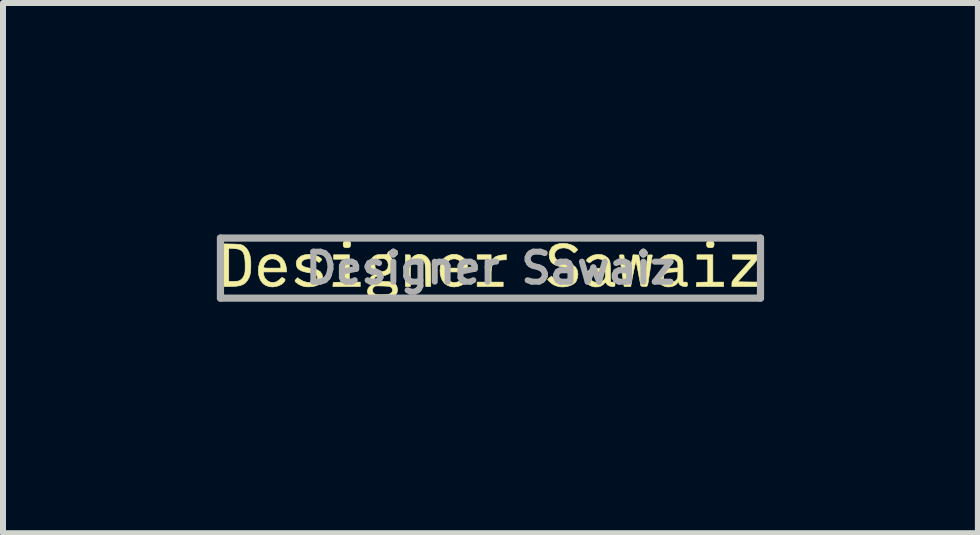
<source format=kicad_pcb>
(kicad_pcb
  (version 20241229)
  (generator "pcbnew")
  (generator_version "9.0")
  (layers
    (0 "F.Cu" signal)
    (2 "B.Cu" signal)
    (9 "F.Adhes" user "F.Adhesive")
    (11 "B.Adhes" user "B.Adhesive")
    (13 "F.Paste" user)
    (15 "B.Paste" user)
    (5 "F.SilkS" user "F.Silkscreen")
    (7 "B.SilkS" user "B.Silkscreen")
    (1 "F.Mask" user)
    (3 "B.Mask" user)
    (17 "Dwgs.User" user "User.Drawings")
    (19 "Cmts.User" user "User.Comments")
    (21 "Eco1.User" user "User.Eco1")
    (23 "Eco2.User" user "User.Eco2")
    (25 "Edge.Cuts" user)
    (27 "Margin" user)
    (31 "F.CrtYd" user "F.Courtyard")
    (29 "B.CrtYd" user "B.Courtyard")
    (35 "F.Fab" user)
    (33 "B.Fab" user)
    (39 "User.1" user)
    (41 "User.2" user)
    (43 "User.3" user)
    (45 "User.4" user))
  (footprint "designer"
    (layer "F.Cu")
    (at 5.124 1.418)
    (property "Reference" "designer" (at 0 0 0) (layer "Eco2.User") (effects (font (size 1.524 1.524) (thickness 0.3))))
    (attr through_hole)
    (fp_poly (pts (xy -2.35 0.233) (xy -2.17 0.233) (xy -2.17 0.307) (xy -2.627 0.307) (xy -2.624 0.273) (xy -2.62 0.238) (xy -2.435 0.232) (xy -2.435 -0.148) (xy -2.615 -0.148) (xy -2.615 -0.222) (xy -2.35 -0.222) (xy -2.35 0.233)) (stroke (width 0.01) (type solid)) (fill yes) (layer "F.SilkS"))
    (fp_poly (pts (xy 3.706 0.233) (xy 3.886 0.233) (xy 3.886 0.307) (xy 3.429 0.307) (xy 3.432 0.273) (xy 3.436 0.238) (xy 3.621 0.232) (xy 3.621 -0.148) (xy 3.441 -0.148) (xy 3.441 -0.222) (xy 3.706 -0.222) (xy 3.706 0.233)) (stroke (width 0.01) (type solid)) (fill yes) (layer "F.SilkS"))
    (fp_poly (pts (xy -2.356 -0.45) (xy -2.336 -0.433) (xy -2.329 -0.401) (xy -2.329 -0.397) (xy -2.333 -0.37) (xy -2.342 -0.352) (xy -2.363 -0.342) (xy -2.394 -0.339) (xy -2.424 -0.343) (xy -2.444 -0.352) (xy -2.453 -0.371) (xy -2.456 -0.397) (xy -2.451 -0.43) (xy -2.432 -0.449) (xy -2.397 -0.455) (xy -2.393 -0.455) (xy -2.356 -0.45)) (stroke (width 0.01) (type solid)) (fill yes) (layer "F.SilkS"))
    (fp_poly (pts (xy 3.7 -0.45) (xy 3.72 -0.433) (xy 3.727 -0.401) (xy 3.727 -0.397) (xy 3.723 -0.37) (xy 3.714 -0.352) (xy 3.693 -0.342) (xy 3.662 -0.339) (xy 3.632 -0.343) (xy 3.613 -0.352) (xy 3.603 -0.371) (xy 3.6 -0.397) (xy 3.606 -0.43) (xy 3.625 -0.449) (xy 3.659 -0.455) (xy 3.663 -0.455) (xy 3.7 -0.45)) (stroke (width 0.01) (type solid)) (fill yes) (layer "F.SilkS"))
    (fp_poly (pts (xy 4.447 -0.177) (xy 4.446 -0.162) (xy 4.443 -0.148) (xy 4.435 -0.132) (xy 4.422 -0.112) (xy 4.402 -0.086) (xy 4.372 -0.051) (xy 4.331 -0.005) (xy 4.284 0.048) (xy 4.121 0.228) (xy 4.289 0.231) (xy 4.457 0.233) (xy 4.457 0.307) (xy 4.023 0.307) (xy 4.024 0.262) (xy 4.024 0.247) (xy 4.027 0.233) (xy 4.035 0.217) (xy 4.048 0.197) (xy 4.068 0.171) (xy 4.098 0.136) (xy 4.139 0.089) (xy 4.186 0.037) (xy 4.349 -0.143) (xy 4.191 -0.146) (xy 4.034 -0.149) (xy 4.034 -0.222) (xy 4.447 -0.222) (xy 4.447 -0.177)) (stroke (width 0.01) (type solid)) (fill yes) (layer "F.SilkS"))
    (fp_poly (pts (xy 0.265 -0.14) (xy 0.185 -0.135) (xy 0.127 -0.128) (xy 0.082 -0.114) (xy 0.051 -0.089) (xy 0.029 -0.053) (xy 0.017 -0.001) (xy 0.011 0.067) (xy 0.011 0.109) (xy 0.011 0.233) (xy 0.212 0.233) (xy 0.212 0.307) (xy -0.222 0.307) (xy -0.222 0.233) (xy -0.074 0.233) (xy -0.074 -0.148) (xy -0.222 -0.148) (xy -0.222 -0.222) (xy 0.011 -0.222) (xy 0.011 -0.156) (xy 0.012 -0.122) (xy 0.014 -0.106) (xy 0.018 -0.107) (xy 0.022 -0.116) (xy 0.048 -0.16) (xy 0.087 -0.191) (xy 0.142 -0.211) (xy 0.196 -0.219) (xy 0.265 -0.225) (xy 0.265 -0.14)) (stroke (width 0.01) (type solid)) (fill yes) (layer "F.SilkS"))
    (fp_poly (pts (xy -1.151 -0.229) (xy -1.098 -0.211) (xy -1.058 -0.181) (xy -1.032 -0.15) (xy -1.012 -0.114) (xy -1.007 -0.1) (xy -1.003 -0.076) (xy -1 -0.034) (xy -0.997 0.019) (xy -0.996 0.08) (xy -0.995 0.124) (xy -0.995 0.307) (xy -1.078 0.307) (xy -1.082 0.114) (xy -1.083 0.043) (xy -1.085 -0.009) (xy -1.088 -0.047) (xy -1.091 -0.073) (xy -1.096 -0.092) (xy -1.103 -0.106) (xy -1.105 -0.108) (xy -1.136 -0.137) (xy -1.178 -0.152) (xy -1.224 -0.154) (xy -1.268 -0.143) (xy -1.305 -0.118) (xy -1.312 -0.109) (xy -1.32 -0.098) (xy -1.326 -0.085) (xy -1.33 -0.066) (xy -1.332 -0.039) (xy -1.333 0.000395) (xy -1.334 0.055) (xy -1.334 0.113) (xy -1.334 0.307) (xy -1.419 0.307) (xy -1.419 -0.222) (xy -1.376 -0.222) (xy -1.349 -0.221) (xy -1.337 -0.214) (xy -1.334 -0.196) (xy -1.334 -0.184) (xy -1.334 -0.146) (xy -1.305 -0.177) (xy -1.259 -0.212) (xy -1.206 -0.229) (xy -1.151 -0.229)) (stroke (width 0.01) (type solid)) (fill yes) (layer "F.SilkS"))
    (fp_poly (pts (xy -4.3 -0.401) (xy -4.241 -0.399) (xy -4.199 -0.397) (xy -4.169 -0.393) (xy -4.148 -0.388) (xy -4.13 -0.38) (xy -4.111 -0.369) (xy -4.111 -0.369) (xy -4.064 -0.327) (xy -4.029 -0.271) (xy -4.006 -0.201) (xy -3.994 -0.115) (xy -3.994 -0.016) (xy -3.997 0.045) (xy -4.003 0.09) (xy -4.011 0.126) (xy -4.022 0.154) (xy -4.051 0.207) (xy -4.085 0.247) (xy -4.128 0.276) (xy -4.183 0.294) (xy -4.252 0.304) (xy -4.332 0.307) (xy -4.447 0.307) (xy -4.447 0.222) (xy -4.362 0.222) (xy -4.289 0.222) (xy -4.247 0.221) (xy -4.211 0.217) (xy -4.189 0.212) (xy -4.151 0.188) (xy -4.119 0.149) (xy -4.097 0.1) (xy -4.097 0.1) (xy -4.091 0.065) (xy -4.088 0.013) (xy -4.088 -0.051) (xy -4.088 -0.076) (xy -4.093 -0.155) (xy -4.104 -0.216) (xy -4.122 -0.261) (xy -4.149 -0.292) (xy -4.188 -0.312) (xy -4.239 -0.323) (xy -4.277 -0.326) (xy -4.362 -0.331) (xy -4.362 0.222) (xy -4.447 0.222) (xy -4.447 -0.404) (xy -4.3 -0.401)) (stroke (width 0.01) (type solid)) (fill yes) (layer "F.SilkS"))
    (fp_poly (pts (xy -3.594 -0.228) (xy -3.534 -0.209) (xy -3.482 -0.173) (xy -3.441 -0.122) (xy -3.414 -0.057) (xy -3.402 -0.00013) (xy -3.396 0.064) (xy -3.78 0.064) (xy -3.78 0.099) (xy -3.774 0.132) (xy -3.759 0.166) (xy -3.756 0.17) (xy -3.717 0.211) (xy -3.67 0.235) (xy -3.619 0.241) (xy -3.568 0.229) (xy -3.522 0.198) (xy -3.514 0.191) (xy -3.491 0.168) (xy -3.477 0.158) (xy -3.463 0.159) (xy -3.448 0.168) (xy -3.427 0.183) (xy -3.422 0.198) (xy -3.431 0.219) (xy -3.437 0.228) (xy -3.47 0.262) (xy -3.518 0.289) (xy -3.574 0.307) (xy -3.632 0.314) (xy -3.687 0.309) (xy -3.69 0.308) (xy -3.748 0.287) (xy -3.792 0.257) (xy -3.826 0.212) (xy -3.845 0.174) (xy -3.864 0.112) (xy -3.869 0.043) (xy -3.863 -0.024) (xy -3.78 -0.024) (xy -3.779 -0.014) (xy -3.775 -0.008) (xy -3.764 -0.004) (xy -3.742 -0.001) (xy -3.707 -0.000233) (xy -3.655 -0.000004) (xy -3.637 0) (xy -3.494 0) (xy -3.494 -0.029) (xy -3.503 -0.074) (xy -3.529 -0.111) (xy -3.566 -0.138) (xy -3.611 -0.153) (xy -3.658 -0.153) (xy -3.704 -0.137) (xy -3.713 -0.132) (xy -3.74 -0.107) (xy -3.764 -0.072) (xy -3.778 -0.038) (xy -3.78 -0.024) (xy -3.863 -0.024) (xy -3.863 -0.028) (xy -3.844 -0.094) (xy -3.815 -0.148) (xy -3.803 -0.162) (xy -3.77 -0.189) (xy -3.724 -0.212) (xy -3.674 -0.227) (xy -3.661 -0.229) (xy -3.594 -0.228)) (stroke (width 0.01) (type solid)) (fill yes) (layer "F.SilkS"))
    (fp_poly (pts (xy -0.566 -0.228) (xy -0.506 -0.209) (xy -0.454 -0.173) (xy -0.413 -0.122) (xy -0.385 -0.057) (xy -0.374 -0.00013) (xy -0.368 0.064) (xy -0.752 0.064) (xy -0.752 0.099) (xy -0.746 0.132) (xy -0.731 0.166) (xy -0.728 0.17) (xy -0.689 0.211) (xy -0.642 0.235) (xy -0.591 0.241) (xy -0.54 0.229) (xy -0.494 0.198) (xy -0.486 0.191) (xy -0.463 0.168) (xy -0.448 0.158) (xy -0.435 0.159) (xy -0.42 0.168) (xy -0.399 0.183) (xy -0.393 0.198) (xy -0.403 0.219) (xy -0.409 0.228) (xy -0.442 0.262) (xy -0.49 0.289) (xy -0.546 0.307) (xy -0.604 0.314) (xy -0.659 0.309) (xy -0.662 0.308) (xy -0.72 0.287) (xy -0.763 0.257) (xy -0.798 0.212) (xy -0.817 0.174) (xy -0.836 0.112) (xy -0.841 0.043) (xy -0.835 -0.024) (xy -0.752 -0.024) (xy -0.751 -0.014) (xy -0.747 -0.008) (xy -0.736 -0.004) (xy -0.714 -0.001) (xy -0.679 -0.000233) (xy -0.627 -0.000004) (xy -0.609 0) (xy -0.466 0) (xy -0.466 -0.029) (xy -0.475 -0.074) (xy -0.501 -0.111) (xy -0.538 -0.138) (xy -0.582 -0.153) (xy -0.63 -0.153) (xy -0.676 -0.137) (xy -0.685 -0.132) (xy -0.712 -0.107) (xy -0.736 -0.072) (xy -0.75 -0.038) (xy -0.752 -0.024) (xy -0.835 -0.024) (xy -0.834 -0.028) (xy -0.816 -0.094) (xy -0.786 -0.148) (xy -0.775 -0.162) (xy -0.742 -0.189) (xy -0.696 -0.212) (xy -0.646 -0.227) (xy -0.633 -0.229) (xy -0.566 -0.228)) (stroke (width 0.01) (type solid)) (fill yes) (layer "F.SilkS"))
    (fp_poly (pts (xy -2.975 -0.225) (xy -2.914 -0.211) (xy -2.861 -0.189) (xy -2.823 -0.16) (xy -2.813 -0.146) (xy -2.815 -0.134) (xy -2.832 -0.117) (xy -2.857 -0.093) (xy -2.889 -0.116) (xy -2.935 -0.139) (xy -2.986 -0.153) (xy -3.038 -0.155) (xy -3.086 -0.147) (xy -3.123 -0.129) (xy -3.14 -0.111) (xy -3.153 -0.078) (xy -3.145 -0.051) (xy -3.117 -0.028) (xy -3.069 -0.01) (xy -3.017 0.000159) (xy -2.955 0.011) (xy -2.909 0.022) (xy -2.874 0.035) (xy -2.847 0.053) (xy -2.838 0.059) (xy -2.81 0.095) (xy -2.799 0.138) (xy -2.803 0.184) (xy -2.821 0.228) (xy -2.853 0.265) (xy -2.883 0.285) (xy -2.929 0.3) (xy -2.986 0.31) (xy -3.045 0.313) (xy -3.096 0.309) (xy -3.105 0.307) (xy -3.156 0.29) (xy -3.203 0.266) (xy -3.239 0.239) (xy -3.244 0.234) (xy -3.257 0.218) (xy -3.257 0.206) (xy -3.243 0.189) (xy -3.24 0.186) (xy -3.216 0.16) (xy -3.172 0.19) (xy -3.118 0.22) (xy -3.06 0.237) (xy -3.002 0.241) (xy -2.95 0.231) (xy -2.909 0.208) (xy -2.907 0.206) (xy -2.885 0.176) (xy -2.883 0.145) (xy -2.898 0.117) (xy -2.913 0.105) (xy -2.937 0.095) (xy -2.974 0.086) (xy -3.018 0.078) (xy -3.094 0.064) (xy -3.151 0.046) (xy -3.192 0.023) (xy -3.218 -0.004) (xy -3.226 -0.02) (xy -3.238 -0.072) (xy -3.23 -0.122) (xy -3.202 -0.165) (xy -3.157 -0.2) (xy -3.152 -0.203) (xy -3.1 -0.221) (xy -3.039 -0.228) (xy -2.975 -0.225)) (stroke (width 0.01) (type solid)) (fill yes) (layer "F.SilkS"))
    (fp_poly (pts (xy 1.274 -0.408) (xy 1.339 -0.391) (xy 1.395 -0.363) (xy 1.429 -0.335) (xy 1.454 -0.307) (xy 1.429 -0.281) (xy 1.411 -0.263) (xy 1.398 -0.254) (xy 1.397 -0.254) (xy 1.385 -0.261) (xy 1.365 -0.277) (xy 1.356 -0.285) (xy 1.313 -0.315) (xy 1.264 -0.332) (xy 1.214 -0.337) (xy 1.165 -0.33) (xy 1.123 -0.312) (xy 1.091 -0.285) (xy 1.072 -0.249) (xy 1.069 -0.225) (xy 1.073 -0.187) (xy 1.087 -0.158) (xy 1.114 -0.135) (xy 1.155 -0.117) (xy 1.214 -0.101) (xy 1.249 -0.094) (xy 1.323 -0.076) (xy 1.379 -0.049) (xy 1.419 -0.014) (xy 1.445 0.033) (xy 1.451 0.051) (xy 1.458 0.104) (xy 1.45 0.162) (xy 1.43 0.215) (xy 1.419 0.233) (xy 1.385 0.264) (xy 1.337 0.289) (xy 1.279 0.306) (xy 1.217 0.314) (xy 1.157 0.312) (xy 1.13 0.307) (xy 1.093 0.295) (xy 1.057 0.28) (xy 1.056 0.279) (xy 1.03 0.264) (xy 1.002 0.242) (xy 0.976 0.219) (xy 0.958 0.199) (xy 0.953 0.189) (xy 0.961 0.179) (xy 0.98 0.162) (xy 0.985 0.158) (xy 1.018 0.135) (xy 1.052 0.167) (xy 1.101 0.206) (xy 1.153 0.227) (xy 1.214 0.233) (xy 1.214 0.233) (xy 1.276 0.226) (xy 1.322 0.205) (xy 1.351 0.17) (xy 1.365 0.122) (xy 1.366 0.102) (xy 1.356 0.059) (xy 1.331 0.023) (xy 1.312 0.01) (xy 1.292 0.003) (xy 1.258 -0.006) (xy 1.216 -0.014) (xy 1.205 -0.016) (xy 1.124 -0.035) (xy 1.063 -0.06) (xy 1.021 -0.091) (xy 1.007 -0.11) (xy 0.983 -0.165) (xy 0.977 -0.225) (xy 0.988 -0.283) (xy 1.014 -0.334) (xy 1.033 -0.356) (xy 1.08 -0.387) (xy 1.14 -0.406) (xy 1.206 -0.413) (xy 1.274 -0.408)) (stroke (width 0.01) (type solid)) (fill yes) (layer "F.SilkS"))
    (fp_poly (pts (xy 3.073 -0.224) (xy 3.127 -0.202) (xy 3.17 -0.168) (xy 3.187 -0.146) (xy 3.195 -0.131) (xy 3.201 -0.113) (xy 3.204 -0.089) (xy 3.207 -0.056) (xy 3.208 -0.009) (xy 3.208 0.055) (xy 3.208 0.061) (xy 3.208 0.233) (xy 3.245 0.233) (xy 3.27 0.235) (xy 3.28 0.244) (xy 3.282 0.267) (xy 3.282 0.27) (xy 3.281 0.295) (xy 3.271 0.305) (xy 3.248 0.307) (xy 3.246 0.307) (xy 3.194 0.3) (xy 3.158 0.279) (xy 3.141 0.254) (xy 3.127 0.222) (xy 3.115 0.248) (xy 3.092 0.276) (xy 3.053 0.297) (xy 3.006 0.311) (xy 2.954 0.314) (xy 2.915 0.308) (xy 2.86 0.286) (xy 2.822 0.251) (xy 2.801 0.203) (xy 2.797 0.143) (xy 2.798 0.141) (xy 2.799 0.134) (xy 2.884 0.134) (xy 2.885 0.171) (xy 2.902 0.205) (xy 2.933 0.23) (xy 2.967 0.242) (xy 3.004 0.241) (xy 3.038 0.233) (xy 3.083 0.214) (xy 3.11 0.185) (xy 3.122 0.143) (xy 3.123 0.119) (xy 3.123 0.061) (xy 3.035 0.066) (xy 2.973 0.072) (xy 2.929 0.084) (xy 2.901 0.102) (xy 2.885 0.129) (xy 2.884 0.134) (xy 2.799 0.134) (xy 2.806 0.096) (xy 2.825 0.061) (xy 2.856 0.035) (xy 2.901 0.018) (xy 2.963 0.007) (xy 3.02 0.003) (xy 3.123 -0.003) (xy 3.123 -0.047) (xy 3.116 -0.094) (xy 3.093 -0.127) (xy 3.054 -0.148) (xy 3.001 -0.156) (xy 2.948 -0.145) (xy 2.902 -0.117) (xy 2.9 -0.116) (xy 2.879 -0.097) (xy 2.864 -0.086) (xy 2.862 -0.085) (xy 2.851 -0.091) (xy 2.831 -0.105) (xy 2.83 -0.106) (xy 2.803 -0.127) (xy 2.846 -0.168) (xy 2.896 -0.204) (xy 2.953 -0.224) (xy 3.014 -0.231) (xy 3.073 -0.224)) (stroke (width 0.01) (type solid)) (fill yes) (layer "F.SilkS"))
    (fp_poly (pts (xy 1.855 -0.224) (xy 1.911 -0.203) (xy 1.957 -0.167) (xy 1.97 -0.151) (xy 1.979 -0.135) (xy 1.987 -0.12) (xy 1.991 -0.1) (xy 1.995 -0.072) (xy 1.997 -0.033) (xy 1.999 0.022) (xy 1.999 0.06) (xy 2.003 0.233) (xy 2.039 0.233) (xy 2.063 0.235) (xy 2.073 0.244) (xy 2.075 0.268) (xy 2.075 0.27) (xy 2.074 0.294) (xy 2.065 0.305) (xy 2.043 0.307) (xy 2.035 0.307) (xy 1.987 0.3) (xy 1.95 0.28) (xy 1.933 0.259) (xy 1.923 0.241) (xy 1.919 0.234) (xy 1.912 0.239) (xy 1.896 0.255) (xy 1.89 0.263) (xy 1.849 0.296) (xy 1.796 0.313) (xy 1.735 0.314) (xy 1.694 0.305) (xy 1.645 0.281) (xy 1.607 0.242) (xy 1.585 0.193) (xy 1.582 0.143) (xy 1.674 0.143) (xy 1.675 0.157) (xy 1.679 0.188) (xy 1.688 0.207) (xy 1.707 0.221) (xy 1.715 0.225) (xy 1.757 0.24) (xy 1.798 0.24) (xy 1.844 0.225) (xy 1.849 0.223) (xy 1.886 0.202) (xy 1.906 0.176) (xy 1.915 0.138) (xy 1.916 0.11) (xy 1.916 0.061) (xy 1.821 0.066) (xy 1.761 0.071) (xy 1.719 0.08) (xy 1.692 0.093) (xy 1.678 0.114) (xy 1.674 0.143) (xy 1.582 0.143) (xy 1.581 0.139) (xy 1.583 0.128) (xy 1.597 0.085) (xy 1.623 0.052) (xy 1.665 0.028) (xy 1.723 0.012) (xy 1.799 0.003) (xy 1.814 0.002) (xy 1.919 -0.003) (xy 1.914 -0.05) (xy 1.901 -0.096) (xy 1.876 -0.128) (xy 1.835 -0.149) (xy 1.782 -0.156) (xy 1.73 -0.142) (xy 1.688 -0.115) (xy 1.665 -0.096) (xy 1.65 -0.089) (xy 1.636 -0.093) (xy 1.625 -0.1) (xy 1.606 -0.115) (xy 1.599 -0.126) (xy 1.608 -0.146) (xy 1.631 -0.169) (xy 1.664 -0.191) (xy 1.701 -0.21) (xy 1.722 -0.218) (xy 1.79 -0.229) (xy 1.855 -0.224)) (stroke (width 0.01) (type solid)) (fill yes) (layer "F.SilkS"))
    (fp_poly (pts (xy 2.424 -0.22) (xy 2.471 -0.217) (xy 2.515 0.005) (xy 2.528 0.07) (xy 2.54 0.127) (xy 2.55 0.174) (xy 2.557 0.206) (xy 2.561 0.221) (xy 2.562 0.222) (xy 2.563 0.211) (xy 2.568 0.181) (xy 2.574 0.137) (xy 2.581 0.082) (xy 2.59 0.018) (xy 2.592 0) (xy 2.621 -0.217) (xy 2.661 -0.22) (xy 2.687 -0.221) (xy 2.696 -0.216) (xy 2.696 -0.202) (xy 2.695 -0.199) (xy 2.692 -0.182) (xy 2.686 -0.147) (xy 2.679 -0.098) (xy 2.67 -0.039) (xy 2.66 0.027) (xy 2.658 0.042) (xy 2.645 0.124) (xy 2.636 0.187) (xy 2.629 0.234) (xy 2.622 0.267) (xy 2.616 0.288) (xy 2.608 0.301) (xy 2.6 0.306) (xy 2.589 0.308) (xy 2.574 0.307) (xy 2.563 0.307) (xy 2.529 0.304) (xy 2.509 0.297) (xy 2.507 0.294) (xy 2.503 0.28) (xy 2.497 0.248) (xy 2.488 0.203) (xy 2.477 0.147) (xy 2.467 0.09) (xy 2.455 0.029) (xy 2.445 -0.025) (xy 2.435 -0.068) (xy 2.429 -0.097) (xy 2.425 -0.109) (xy 2.421 -0.101) (xy 2.414 -0.076) (xy 2.404 -0.036) (xy 2.393 0.017) (xy 2.381 0.078) (xy 2.377 0.095) (xy 2.337 0.307) (xy 2.227 0.307) (xy 2.188 0.05) (xy 2.177 -0.021) (xy 2.168 -0.085) (xy 2.16 -0.14) (xy 2.154 -0.181) (xy 2.15 -0.207) (xy 2.149 -0.214) (xy 2.159 -0.22) (xy 2.182 -0.222) (xy 2.186 -0.222) (xy 2.211 -0.22) (xy 2.224 -0.215) (xy 2.224 -0.214) (xy 2.227 -0.186) (xy 2.232 -0.144) (xy 2.239 -0.094) (xy 2.246 -0.038) (xy 2.255 0.02) (xy 2.264 0.076) (xy 2.272 0.127) (xy 2.279 0.169) (xy 2.284 0.198) (xy 2.288 0.212) (xy 2.288 0.212) (xy 2.292 0.197) (xy 2.299 0.165) (xy 2.309 0.118) (xy 2.32 0.062) (xy 2.333 -0.002) (xy 2.335 -0.014) (xy 2.376 -0.223) (xy 2.424 -0.22)) (stroke (width 0.01) (type solid)) (fill yes) (layer "F.SilkS"))
    (fp_poly (pts (xy -1.556 -0.222) (xy -1.615 -0.222) (xy -1.651 -0.221) (xy -1.669 -0.214) (xy -1.669 -0.198) (xy -1.654 -0.173) (xy -1.651 -0.168) (xy -1.622 -0.113) (xy -1.613 -0.055) (xy -1.621 0.002) (xy -1.648 0.052) (xy -1.654 0.06) (xy -1.696 0.096) (xy -1.747 0.118) (xy -1.81 0.127) (xy -1.825 0.127) (xy -1.879 0.132) (xy -1.916 0.145) (xy -1.935 0.167) (xy -1.938 0.181) (xy -1.932 0.198) (xy -1.913 0.21) (xy -1.88 0.217) (xy -1.83 0.222) (xy -1.775 0.223) (xy -1.702 0.226) (xy -1.646 0.235) (xy -1.605 0.251) (xy -1.577 0.275) (xy -1.56 0.304) (xy -1.548 0.357) (xy -1.556 0.407) (xy -1.582 0.45) (xy -1.625 0.483) (xy -1.636 0.488) (xy -1.675 0.5) (xy -1.728 0.509) (xy -1.788 0.514) (xy -1.848 0.515) (xy -1.902 0.512) (xy -1.927 0.508) (xy -1.985 0.487) (xy -2.026 0.454) (xy -2.042 0.429) (xy -2.052 0.388) (xy -2.051 0.384) (xy -1.967 0.384) (xy -1.95 0.415) (xy -1.941 0.423) (xy -1.925 0.433) (xy -1.904 0.44) (xy -1.874 0.444) (xy -1.83 0.445) (xy -1.816 0.445) (xy -1.768 0.443) (xy -1.725 0.44) (xy -1.693 0.435) (xy -1.685 0.433) (xy -1.651 0.413) (xy -1.633 0.385) (xy -1.632 0.354) (xy -1.65 0.324) (xy -1.653 0.322) (xy -1.666 0.313) (xy -1.684 0.307) (xy -1.713 0.302) (xy -1.755 0.3) (xy -1.8 0.298) (xy -1.854 0.297) (xy -1.891 0.297) (xy -1.915 0.299) (xy -1.931 0.304) (xy -1.942 0.312) (xy -1.947 0.317) (xy -1.966 0.349) (xy -1.967 0.384) (xy -2.051 0.384) (xy -2.042 0.346) (xy -2.017 0.311) (xy -2.004 0.301) (xy -1.983 0.285) (xy -1.977 0.275) (xy -1.985 0.265) (xy -1.991 0.259) (xy -2.009 0.23) (xy -2.012 0.194) (xy -2.001 0.159) (xy -1.984 0.138) (xy -1.96 0.123) (xy -1.94 0.116) (xy -1.94 0.116) (xy -1.936 0.11) (xy -1.949 0.093) (xy -1.962 0.079) (xy -1.998 0.031) (xy -2.016 -0.023) (xy -2.016 -0.056) (xy -1.927 -0.056) (xy -1.92 -0.003) (xy -1.899 0.033) (xy -1.864 0.054) (xy -1.815 0.059) (xy -1.8 0.058) (xy -1.758 0.048) (xy -1.729 0.026) (xy -1.728 0.026) (xy -1.709 -0.01) (xy -1.703 -0.053) (xy -1.709 -0.096) (xy -1.728 -0.131) (xy -1.731 -0.133) (xy -1.751 -0.149) (xy -1.775 -0.157) (xy -1.811 -0.159) (xy -1.816 -0.159) (xy -1.867 -0.153) (xy -1.901 -0.135) (xy -1.921 -0.103) (xy -1.927 -0.056) (xy -1.927 -0.056) (xy -2.016 -0.056) (xy -2.016 -0.079) (xy -1.999 -0.131) (xy -1.964 -0.178) (xy -1.927 -0.206) (xy -1.903 -0.217) (xy -1.874 -0.224) (xy -1.835 -0.226) (xy -1.803 -0.226) (xy -1.759 -0.226) (xy -1.733 -0.228) (xy -1.72 -0.232) (xy -1.715 -0.24) (xy -1.715 -0.244) (xy -1.705 -0.268) (xy -1.678 -0.286) (xy -1.637 -0.295) (xy -1.612 -0.296) (xy -1.556 -0.296) (xy -1.556 -0.222)) (stroke (width 0.01) (type solid)) (fill yes) (layer "F.SilkS"))
    (fp_line (start -4.5 -0.5) (end -4.5 0.5) (stroke (width 0.12) (type solid)) (layer "F.Fab"))
    (fp_line (start -4.5 0.5) (end 4.5 0.5) (stroke (width 0.12) (type solid)) (layer "F.Fab"))
    (fp_line (start 4.5 -0.5) (end -4.5 -0.5) (stroke (width 0.12) (type solid)) (layer "F.Fab"))
    (fp_line (start 4.5 0.5) (end 4.5 -0.5) (stroke (width 0.12) (type solid)) (layer "F.Fab"))
    (fp_text user "Designer Sawaiz" (at 0 0 0) (layer "F.Fab") (effects (font (size 0.5 0.5) (thickness 0.1)))))
  (gr_rect
    (start -3 -3)
    (end 13.247 5.836)
    (stroke (width 0.1) (type default))
    (fill no)
    (layer "Edge.Cuts")))
</source>
